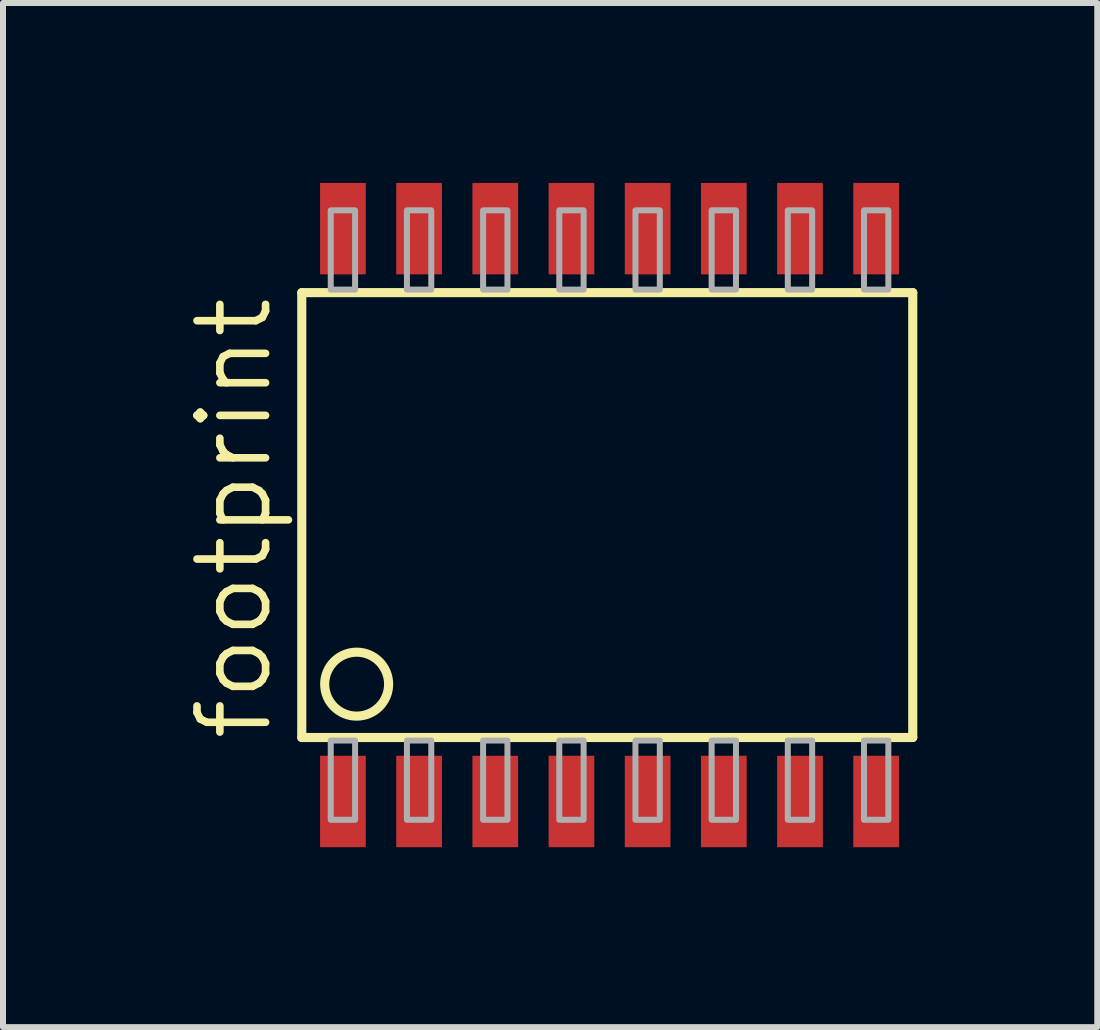
<source format=kicad_pcb>
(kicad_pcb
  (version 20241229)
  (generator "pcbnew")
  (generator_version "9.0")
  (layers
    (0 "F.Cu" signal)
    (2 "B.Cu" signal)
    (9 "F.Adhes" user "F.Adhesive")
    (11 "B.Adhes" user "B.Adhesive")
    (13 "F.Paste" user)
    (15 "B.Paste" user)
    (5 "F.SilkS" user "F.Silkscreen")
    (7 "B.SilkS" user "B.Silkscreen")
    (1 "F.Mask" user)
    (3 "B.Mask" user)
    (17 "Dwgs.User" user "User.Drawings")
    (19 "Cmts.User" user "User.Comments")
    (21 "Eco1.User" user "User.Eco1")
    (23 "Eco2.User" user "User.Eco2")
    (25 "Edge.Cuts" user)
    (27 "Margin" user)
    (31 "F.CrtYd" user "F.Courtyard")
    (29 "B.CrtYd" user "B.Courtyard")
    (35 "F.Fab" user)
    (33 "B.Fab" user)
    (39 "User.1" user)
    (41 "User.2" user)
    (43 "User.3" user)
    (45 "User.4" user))
  (footprint "footprint"
    (layer "F.Cu")
    (at 7.112 5.537)
    (property "Reference" "footprint" (at -5.588 3.81 90) (layer "F.SilkS") (effects (font (size 1.143 1.143) (thickness 0.127)) (justify left bottom)))
    (fp_line (start -5.131 -3.708) (end -5.131 3.708) (stroke (width 0.152) (type solid)) (layer "F.SilkS"))
    (fp_line (start -5.131 3.708) (end 5.055 3.708) (stroke (width 0.152) (type solid)) (layer "F.SilkS"))
    (fp_line (start 5.055 -3.708) (end -5.131 -3.708) (stroke (width 0.152) (type solid)) (layer "F.SilkS"))
    (fp_line (start 5.055 3.708) (end 5.055 -3.708) (stroke (width 0.152) (type solid)) (layer "F.SilkS"))
    (fp_circle (center -4.216 2.819) (end -3.683 2.819) (stroke (width 0.152) (type solid)) (fill no) (layer "F.SilkS"))
    (fp_poly (pts (xy -4.648 -3.759) (xy -4.242 -3.759) (xy -4.242 -5.08) (xy -4.648 -5.08)) (stroke (width 0.1) (type solid)) (fill no) (layer "F.Fab"))
    (fp_poly (pts (xy -4.648 5.08) (xy -4.242 5.08) (xy -4.242 3.759) (xy -4.648 3.759)) (stroke (width 0.1) (type solid)) (fill no) (layer "F.Fab"))
    (fp_poly (pts (xy -3.378 -3.759) (xy -2.972 -3.759) (xy -2.972 -5.08) (xy -3.378 -5.08)) (stroke (width 0.1) (type solid)) (fill no) (layer "F.Fab"))
    (fp_poly (pts (xy -3.378 5.08) (xy -2.972 5.08) (xy -2.972 3.759) (xy -3.378 3.759)) (stroke (width 0.1) (type solid)) (fill no) (layer "F.Fab"))
    (fp_poly (pts (xy -2.108 -3.759) (xy -1.702 -3.759) (xy -1.702 -5.08) (xy -2.108 -5.08)) (stroke (width 0.1) (type solid)) (fill no) (layer "F.Fab"))
    (fp_poly (pts (xy -2.108 5.08) (xy -1.702 5.08) (xy -1.702 3.759) (xy -2.108 3.759)) (stroke (width 0.1) (type solid)) (fill no) (layer "F.Fab"))
    (fp_poly (pts (xy -0.838 -3.759) (xy -0.432 -3.759) (xy -0.432 -5.08) (xy -0.838 -5.08)) (stroke (width 0.1) (type solid)) (fill no) (layer "F.Fab"))
    (fp_poly (pts (xy -0.838 5.08) (xy -0.432 5.08) (xy -0.432 3.759) (xy -0.838 3.759)) (stroke (width 0.1) (type solid)) (fill no) (layer "F.Fab"))
    (fp_poly (pts (xy 0.432 -3.759) (xy 0.838 -3.759) (xy 0.838 -5.08) (xy 0.432 -5.08)) (stroke (width 0.1) (type solid)) (fill no) (layer "F.Fab"))
    (fp_poly (pts (xy 0.432 5.08) (xy 0.838 5.08) (xy 0.838 3.759) (xy 0.432 3.759)) (stroke (width 0.1) (type solid)) (fill no) (layer "F.Fab"))
    (fp_poly (pts (xy 1.702 -3.759) (xy 2.108 -3.759) (xy 2.108 -5.08) (xy 1.702 -5.08)) (stroke (width 0.1) (type solid)) (fill no) (layer "F.Fab"))
    (fp_poly (pts (xy 1.702 5.08) (xy 2.108 5.08) (xy 2.108 3.759) (xy 1.702 3.759)) (stroke (width 0.1) (type solid)) (fill no) (layer "F.Fab"))
    (fp_poly (pts (xy 2.972 -3.759) (xy 3.378 -3.759) (xy 3.378 -5.08) (xy 2.972 -5.08)) (stroke (width 0.1) (type solid)) (fill no) (layer "F.Fab"))
    (fp_poly (pts (xy 2.972 5.08) (xy 3.378 5.08) (xy 3.378 3.759) (xy 2.972 3.759)) (stroke (width 0.1) (type solid)) (fill no) (layer "F.Fab"))
    (fp_poly (pts (xy 4.242 -3.759) (xy 4.648 -3.759) (xy 4.648 -5.08) (xy 4.242 -5.08)) (stroke (width 0.1) (type solid)) (fill no) (layer "F.Fab"))
    (fp_poly (pts (xy 4.242 5.08) (xy 4.648 5.08) (xy 4.648 3.759) (xy 4.242 3.759)) (stroke (width 0.1) (type solid)) (fill no) (layer "F.Fab"))
    (pad "1" smd rect (at -4.445 4.775) (size 0.762 1.524) (layers "F.Cu" "F.Mask" "F.Paste"))
    (pad "2" smd rect (at -3.175 4.775) (size 0.762 1.524) (layers "F.Cu" "F.Mask" "F.Paste"))
    (pad "3" smd rect (at -1.905 4.775) (size 0.762 1.524) (layers "F.Cu" "F.Mask" "F.Paste"))
    (pad "4" smd rect (at -0.635 4.775) (size 0.762 1.524) (layers "F.Cu" "F.Mask" "F.Paste"))
    (pad "5" smd rect (at 0.635 4.775) (size 0.762 1.524) (layers "F.Cu" "F.Mask" "F.Paste"))
    (pad "6" smd rect (at 1.905 4.775) (size 0.762 1.524) (layers "F.Cu" "F.Mask" "F.Paste"))
    (pad "7" smd rect (at 3.175 4.775) (size 0.762 1.524) (layers "F.Cu" "F.Mask" "F.Paste"))
    (pad "8" smd rect (at 4.445 4.775) (size 0.762 1.524) (layers "F.Cu" "F.Mask" "F.Paste"))
    (pad "9" smd rect (at 4.445 -4.775) (size 0.762 1.524) (layers "F.Cu" "F.Mask" "F.Paste"))
    (pad "10" smd rect (at 3.175 -4.775) (size 0.762 1.524) (layers "F.Cu" "F.Mask" "F.Paste"))
    (pad "11" smd rect (at 1.905 -4.775) (size 0.762 1.524) (layers "F.Cu" "F.Mask" "F.Paste"))
    (pad "12" smd rect (at 0.635 -4.775) (size 0.762 1.524) (layers "F.Cu" "F.Mask" "F.Paste"))
    (pad "13" smd rect (at -0.635 -4.775) (size 0.762 1.524) (layers "F.Cu" "F.Mask" "F.Paste"))
    (pad "14" smd rect (at -1.905 -4.775) (size 0.762 1.524) (layers "F.Cu" "F.Mask" "F.Paste"))
    (pad "15" smd rect (at -3.175 -4.775) (size 0.762 1.524) (layers "F.Cu" "F.Mask" "F.Paste"))
    (pad "16" smd rect (at -4.445 -4.775) (size 0.762 1.524) (layers "F.Cu" "F.Mask" "F.Paste")))
  (gr_rect
    (start -3 -3)
    (end 15.243 14.074)
    (stroke (width 0.1) (type default))
    (fill no)
    (layer "Edge.Cuts")))
</source>
